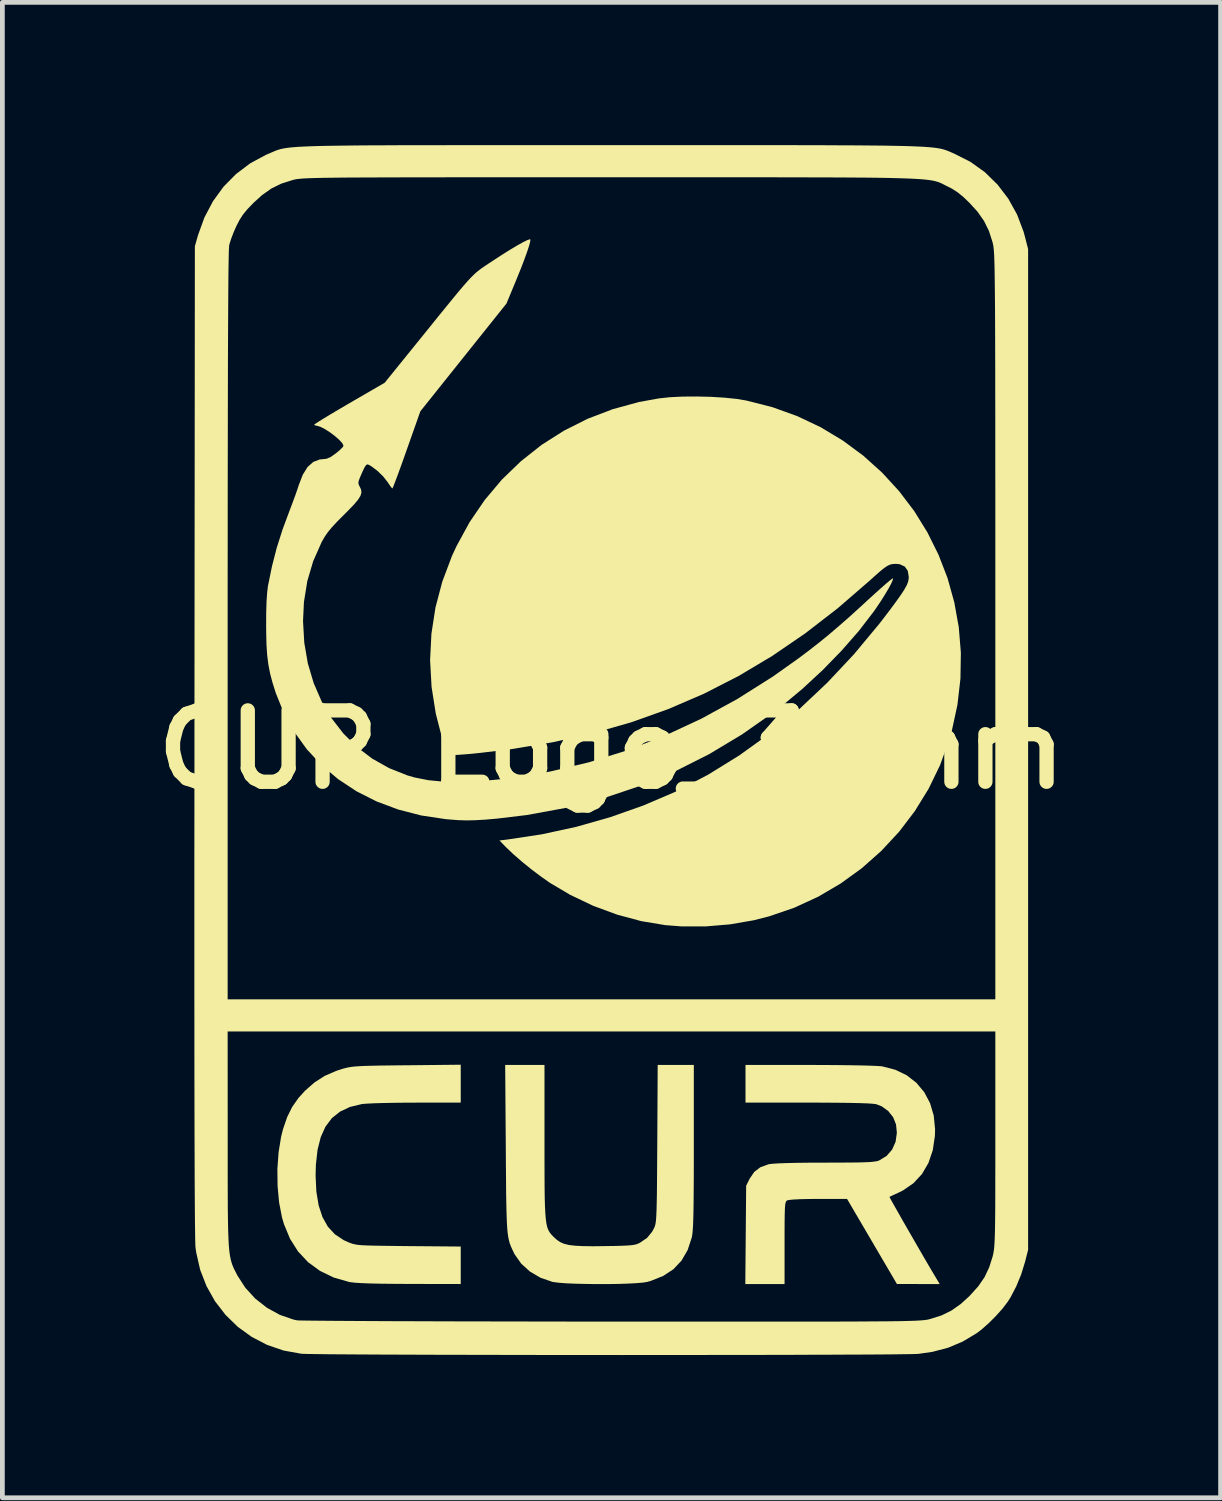
<source format=kicad_pcb>
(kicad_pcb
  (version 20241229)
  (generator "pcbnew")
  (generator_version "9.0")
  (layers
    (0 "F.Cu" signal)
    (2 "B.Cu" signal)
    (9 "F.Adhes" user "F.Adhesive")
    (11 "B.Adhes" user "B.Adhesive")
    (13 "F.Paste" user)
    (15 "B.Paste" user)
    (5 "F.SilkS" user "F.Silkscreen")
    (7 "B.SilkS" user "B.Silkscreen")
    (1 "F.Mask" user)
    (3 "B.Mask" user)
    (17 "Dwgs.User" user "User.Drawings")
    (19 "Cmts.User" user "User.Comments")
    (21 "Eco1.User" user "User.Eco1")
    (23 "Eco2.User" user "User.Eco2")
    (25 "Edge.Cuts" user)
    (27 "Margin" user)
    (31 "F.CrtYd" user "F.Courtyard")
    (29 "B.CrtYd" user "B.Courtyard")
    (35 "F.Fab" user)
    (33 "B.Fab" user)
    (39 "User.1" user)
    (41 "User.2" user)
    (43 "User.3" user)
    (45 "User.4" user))
  (footprint "CUR_Logo_30mm"
    (layer "F.Cu")
    (at 9.8 12.7)
    (property "Reference" "CUR_Logo_30mm" (at 0 0 0) (layer "F.SilkS") (effects (font (size 1.5 1.5) (thickness 0.3))))
    (attr board_only exclude_from_pos_files exclude_from_bom)
    (fp_poly (pts (xy -3.168 7.022) (xy -3.168 7.421) (xy -4.114 7.421) (xy -4.353 7.422) (xy -4.583 7.425) (xy -4.794 7.429) (xy -4.977 7.434) (xy -5.122 7.441) (xy -5.222 7.448) (xy -5.25 7.452) (xy -5.497 7.512) (xy -5.705 7.61) (xy -5.876 7.747) (xy -6.01 7.925) (xy -6.11 8.146) (xy -6.177 8.413) (xy -6.212 8.726) (xy -6.218 8.952) (xy -6.202 9.29) (xy -6.154 9.58) (xy -6.074 9.825) (xy -5.961 10.027) (xy -5.812 10.188) (xy -5.627 10.311) (xy -5.527 10.356) (xy -5.481 10.374) (xy -5.436 10.389) (xy -5.386 10.4) (xy -5.325 10.41) (xy -5.246 10.417) (xy -5.143 10.422) (xy -5.01 10.426) (xy -4.839 10.429) (xy -4.625 10.432) (xy -4.361 10.435) (xy -4.26 10.436) (xy -3.168 10.445) (xy -3.168 10.839) (xy -3.168 11.233) (xy -4.246 11.231) (xy -4.574 11.229) (xy -4.848 11.226) (xy -5.071 11.221) (xy -5.249 11.214) (xy -5.383 11.206) (xy -5.48 11.195) (xy -5.514 11.189) (xy -5.839 11.096) (xy -6.126 10.957) (xy -6.376 10.774) (xy -6.586 10.549) (xy -6.756 10.281) (xy -6.883 9.973) (xy -6.924 9.834) (xy -6.985 9.518) (xy -7.017 9.173) (xy -7.021 8.816) (xy -6.996 8.466) (xy -6.943 8.139) (xy -6.903 7.98) (xy -6.816 7.726) (xy -6.711 7.513) (xy -6.578 7.323) (xy -6.439 7.17) (xy -6.239 6.995) (xy -6.027 6.859) (xy -5.785 6.754) (xy -5.661 6.713) (xy -5.602 6.697) (xy -5.544 6.683) (xy -5.482 6.672) (xy -5.408 6.663) (xy -5.315 6.656) (xy -5.197 6.65) (xy -5.048 6.646) (xy -4.861 6.642) (xy -4.629 6.639) (xy -4.346 6.636) (xy -4.304 6.636) (xy -3.168 6.624)) (stroke (width 0) (type solid)) (fill yes) (layer "F.SilkS"))
    (fp_poly (pts (xy -1.408 8.236) (xy -1.408 8.608) (xy -1.407 8.925) (xy -1.406 9.193) (xy -1.403 9.417) (xy -1.398 9.601) (xy -1.39 9.75) (xy -1.38 9.87) (xy -1.367 9.964) (xy -1.35 10.038) (xy -1.328 10.096) (xy -1.302 10.143) (xy -1.271 10.184) (xy -1.234 10.224) (xy -1.212 10.246) (xy -1.146 10.306) (xy -1.076 10.353) (xy -0.994 10.388) (xy -0.892 10.413) (xy -0.763 10.428) (xy -0.598 10.436) (xy -0.39 10.439) (xy -0.154 10.436) (xy 0.058 10.433) (xy 0.22 10.429) (xy 0.341 10.423) (xy 0.429 10.416) (xy 0.494 10.405) (xy 0.543 10.391) (xy 0.586 10.372) (xy 0.601 10.364) (xy 0.748 10.263) (xy 0.854 10.134) (xy 0.901 10.045) (xy 0.912 10.016) (xy 0.922 9.981) (xy 0.93 9.934) (xy 0.937 9.872) (xy 0.942 9.788) (xy 0.947 9.679) (xy 0.95 9.539) (xy 0.954 9.364) (xy 0.956 9.148) (xy 0.958 8.888) (xy 0.96 8.577) (xy 0.962 8.278) (xy 0.971 6.629) (xy 1.351 6.629) (xy 1.73 6.629) (xy 1.73 8.352) (xy 1.73 8.728) (xy 1.729 9.05) (xy 1.727 9.323) (xy 1.725 9.551) (xy 1.722 9.739) (xy 1.718 9.891) (xy 1.713 10.012) (xy 1.707 10.107) (xy 1.7 10.18) (xy 1.691 10.236) (xy 1.686 10.259) (xy 1.6 10.52) (xy 1.472 10.74) (xy 1.302 10.921) (xy 1.088 11.062) (xy 0.829 11.166) (xy 0.749 11.189) (xy 0.658 11.203) (xy 0.518 11.215) (xy 0.341 11.224) (xy 0.135 11.231) (xy -0.088 11.234) (xy -0.318 11.234) (xy -0.545 11.231) (xy -0.759 11.226) (xy -0.949 11.218) (xy -1.105 11.206) (xy -1.217 11.192) (xy -1.243 11.187) (xy -1.492 11.101) (xy -1.712 10.972) (xy -1.895 10.807) (xy -2.034 10.611) (xy -2.054 10.571) (xy -2.085 10.506) (xy -2.112 10.446) (xy -2.135 10.387) (xy -2.153 10.323) (xy -2.169 10.249) (xy -2.182 10.16) (xy -2.192 10.052) (xy -2.199 9.919) (xy -2.205 9.757) (xy -2.21 9.56) (xy -2.214 9.324) (xy -2.216 9.043) (xy -2.219 8.713) (xy -2.221 8.381) (xy -2.234 6.629) (xy -1.821 6.629) (xy -1.408 6.629)) (stroke (width 0) (type solid)) (fill yes) (layer "F.SilkS"))
    (fp_poly (pts (xy 4.158 6.629) (xy 4.464 6.63) (xy 4.75 6.632) (xy 5.01 6.635) (xy 5.238 6.639) (xy 5.427 6.644) (xy 5.572 6.65) (xy 5.667 6.656) (xy 5.69 6.659) (xy 5.964 6.73) (xy 6.204 6.846) (xy 6.408 7.005) (xy 6.573 7.202) (xy 6.695 7.433) (xy 6.772 7.694) (xy 6.8 7.982) (xy 6.796 8.122) (xy 6.751 8.423) (xy 6.66 8.69) (xy 6.525 8.921) (xy 6.346 9.114) (xy 6.124 9.267) (xy 6.025 9.316) (xy 5.935 9.357) (xy 5.869 9.388) (xy 5.842 9.402) (xy 5.854 9.427) (xy 5.892 9.497) (xy 5.952 9.603) (xy 6.029 9.739) (xy 6.119 9.898) (xy 6.219 10.072) (xy 6.325 10.256) (xy 6.432 10.442) (xy 6.537 10.623) (xy 6.635 10.792) (xy 6.723 10.942) (xy 6.797 11.066) (xy 6.84 11.138) (xy 6.897 11.233) (xy 6.448 11.233) (xy 5.998 11.232) (xy 5.474 10.338) (xy 4.95 9.444) (xy 4.35 9.444) (xy 4.143 9.446) (xy 3.966 9.45) (xy 3.827 9.457) (xy 3.733 9.466) (xy 3.694 9.475) (xy 3.677 9.486) (xy 3.665 9.505) (xy 3.655 9.537) (xy 3.648 9.59) (xy 3.643 9.669) (xy 3.64 9.782) (xy 3.638 9.934) (xy 3.637 10.132) (xy 3.637 10.369) (xy 3.637 11.233) (xy 3.224 11.233) (xy 2.812 11.233) (xy 2.821 10.2) (xy 2.83 9.166) (xy 2.904 9.019) (xy 2.999 8.878) (xy 3.126 8.78) (xy 3.295 8.718) (xy 3.317 8.713) (xy 3.388 8.705) (xy 3.513 8.697) (xy 3.686 8.691) (xy 3.9 8.686) (xy 4.152 8.683) (xy 4.434 8.682) (xy 4.49 8.682) (xy 4.772 8.681) (xy 5.001 8.68) (xy 5.184 8.678) (xy 5.326 8.674) (xy 5.435 8.669) (xy 5.514 8.661) (xy 5.572 8.652) (xy 5.614 8.641) (xy 5.625 8.636) (xy 5.78 8.542) (xy 5.897 8.408) (xy 5.97 8.244) (xy 5.997 8.056) (xy 5.979 7.878) (xy 5.919 7.728) (xy 5.814 7.596) (xy 5.677 7.498) (xy 5.564 7.454) (xy 5.498 7.445) (xy 5.38 7.437) (xy 5.21 7.431) (xy 4.986 7.426) (xy 4.707 7.423) (xy 4.372 7.421) (xy 4.123 7.421) (xy 2.816 7.421) (xy 2.816 7.025) (xy 2.816 6.629)) (stroke (width 0) (type solid)) (fill yes) (layer "F.SilkS"))
    (fp_poly (pts (xy 2.091 -7.411) (xy 2.378 -7.393) (xy 2.638 -7.366) (xy 2.829 -7.334) (xy 3.381 -7.194) (xy 3.905 -7.005) (xy 4.4 -6.77) (xy 4.863 -6.491) (xy 5.293 -6.173) (xy 5.687 -5.818) (xy 6.044 -5.429) (xy 6.362 -5.01) (xy 6.638 -4.564) (xy 6.872 -4.093) (xy 7.062 -3.602) (xy 7.204 -3.092) (xy 7.298 -2.569) (xy 7.342 -2.033) (xy 7.333 -1.489) (xy 7.27 -0.94) (xy 7.151 -0.389) (xy 7.094 -0.191) (xy 6.904 0.331) (xy 6.663 0.827) (xy 6.375 1.294) (xy 6.043 1.73) (xy 5.67 2.131) (xy 5.26 2.495) (xy 4.815 2.817) (xy 4.341 3.095) (xy 3.839 3.326) (xy 3.314 3.506) (xy 2.988 3.589) (xy 2.49 3.675) (xy 1.976 3.718) (xy 1.466 3.717) (xy 1.129 3.691) (xy 0.625 3.607) (xy 0.117 3.47) (xy -0.384 3.285) (xy -0.867 3.055) (xy -1.291 2.804) (xy -1.478 2.673) (xy -1.68 2.521) (xy -1.879 2.36) (xy -2.062 2.201) (xy -2.211 2.059) (xy -2.225 2.045) (xy -2.354 1.912) (xy -2.181 1.891) (xy -1.462 1.782) (xy -0.739 1.625) (xy -0.026 1.422) (xy 0.666 1.178) (xy 1.323 0.897) (xy 1.364 0.878) (xy 2.034 0.527) (xy 2.689 0.122) (xy 3.325 -0.336) (xy 3.941 -0.844) (xy 4.532 -1.401) (xy 5.097 -2.003) (xy 5.633 -2.648) (xy 5.717 -2.757) (xy 5.873 -2.962) (xy 5.995 -3.128) (xy 6.089 -3.261) (xy 6.157 -3.366) (xy 6.203 -3.45) (xy 6.231 -3.518) (xy 6.244 -3.578) (xy 6.247 -3.625) (xy 6.226 -3.756) (xy 6.162 -3.845) (xy 6.058 -3.893) (xy 5.977 -3.901) (xy 5.915 -3.898) (xy 5.86 -3.887) (xy 5.802 -3.861) (xy 5.734 -3.816) (xy 5.646 -3.745) (xy 5.531 -3.644) (xy 5.426 -3.549) (xy 4.753 -2.967) (xy 4.071 -2.44) (xy 3.378 -1.966) (xy 2.67 -1.544) (xy 1.943 -1.172) (xy 1.193 -0.849) (xy 0.416 -0.572) (xy -0.39 -0.341) (xy -1.23 -0.153) (xy -2.108 -0.007) (xy -2.764 0.072) (xy -2.928 0.089) (xy -3.083 0.102) (xy -3.213 0.112) (xy -3.305 0.117) (xy -3.323 0.117) (xy -3.451 0.117) (xy -3.545 -0.183) (xy -3.692 -0.751) (xy -3.781 -1.316) (xy -3.812 -1.877) (xy -3.784 -2.433) (xy -3.699 -2.984) (xy -3.556 -3.526) (xy -3.355 -4.06) (xy -3.257 -4.273) (xy -2.982 -4.777) (xy -2.663 -5.244) (xy -2.303 -5.672) (xy -1.903 -6.058) (xy -1.468 -6.402) (xy -1 -6.699) (xy -0.501 -6.95) (xy 0.025 -7.151) (xy 0.576 -7.302) (xy 0.996 -7.378) (xy 1.229 -7.403) (xy 1.499 -7.416) (xy 1.792 -7.418)) (stroke (width 0) (type solid)) (fill yes) (layer "F.SilkS"))
    (fp_poly (pts (xy -1.706 -10.721) (xy -1.706 -10.683) (xy -1.728 -10.597) (xy -1.769 -10.47) (xy -1.828 -10.306) (xy -1.902 -10.112) (xy -1.991 -9.893) (xy -2 -9.87) (xy -2.207 -9.371) (xy -3.112 -8.239) (xy -4.017 -7.106) (xy -4.303 -6.296) (xy -4.376 -6.09) (xy -4.443 -5.904) (xy -4.502 -5.743) (xy -4.55 -5.616) (xy -4.584 -5.528) (xy -4.602 -5.487) (xy -4.604 -5.485) (xy -4.627 -5.507) (xy -4.669 -5.566) (xy -4.703 -5.617) (xy -4.797 -5.737) (xy -4.919 -5.856) (xy -5.047 -5.952) (xy -5.093 -5.979) (xy -5.126 -5.991) (xy -5.154 -5.981) (xy -5.183 -5.939) (xy -5.224 -5.857) (xy -5.246 -5.808) (xy -5.291 -5.703) (xy -5.315 -5.636) (xy -5.318 -5.589) (xy -5.304 -5.548) (xy -5.289 -5.521) (xy -5.261 -5.459) (xy -5.255 -5.398) (xy -5.275 -5.331) (xy -5.324 -5.252) (xy -5.407 -5.152) (xy -5.528 -5.026) (xy -5.627 -4.927) (xy -5.769 -4.784) (xy -5.877 -4.668) (xy -5.959 -4.569) (xy -6.025 -4.473) (xy -6.084 -4.371) (xy -6.092 -4.356) (xy -6.269 -3.956) (xy -6.392 -3.539) (xy -6.463 -3.099) (xy -6.482 -2.698) (xy -6.456 -2.244) (xy -6.381 -1.809) (xy -6.259 -1.397) (xy -6.092 -1.012) (xy -5.883 -0.657) (xy -5.634 -0.336) (xy -5.348 -0.051) (xy -5.028 0.192) (xy -4.675 0.391) (xy -4.293 0.543) (xy -4.138 0.588) (xy -3.85 0.645) (xy -3.521 0.677) (xy -3.148 0.683) (xy -2.729 0.663) (xy -2.261 0.618) (xy -2.114 0.6) (xy -1.294 0.464) (xy -0.482 0.271) (xy 0.32 0.021) (xy 1.109 -0.285) (xy 1.886 -0.646) (xy 2.646 -1.062) (xy 3.39 -1.532) (xy 3.93 -1.915) (xy 4.158 -2.087) (xy 4.369 -2.252) (xy 4.573 -2.418) (xy 4.781 -2.596) (xy 5.005 -2.792) (xy 5.253 -3.018) (xy 5.391 -3.145) (xy 5.535 -3.276) (xy 5.664 -3.392) (xy 5.772 -3.487) (xy 5.854 -3.555) (xy 5.904 -3.593) (xy 5.915 -3.597) (xy 5.911 -3.563) (xy 5.879 -3.489) (xy 5.823 -3.384) (xy 5.748 -3.258) (xy 5.661 -3.119) (xy 5.564 -2.975) (xy 5.515 -2.904) (xy 5.2 -2.494) (xy 4.838 -2.08) (xy 4.44 -1.671) (xy 4.015 -1.277) (xy 3.573 -0.909) (xy 3.414 -0.787) (xy 2.745 -0.318) (xy 2.052 0.098) (xy 1.333 0.461) (xy 0.59 0.77) (xy -0.176 1.026) (xy -0.965 1.228) (xy -1.777 1.377) (xy -2.4 1.452) (xy -2.649 1.474) (xy -2.857 1.486) (xy -3.042 1.49) (xy -3.221 1.485) (xy -3.412 1.47) (xy -3.49 1.463) (xy -4.001 1.386) (xy -4.484 1.261) (xy -4.938 1.091) (xy -5.359 0.878) (xy -5.745 0.623) (xy -6.094 0.328) (xy -6.402 -0.004) (xy -6.668 -0.373) (xy -6.889 -0.775) (xy -7.055 -1.188) (xy -7.122 -1.4) (xy -7.173 -1.592) (xy -7.21 -1.78) (xy -7.235 -1.976) (xy -7.25 -2.196) (xy -7.256 -2.453) (xy -7.257 -2.596) (xy -7.256 -2.874) (xy -7.249 -3.109) (xy -7.236 -3.297) (xy -7.22 -3.432) (xy -7.22 -3.432) (xy -7.135 -3.848) (xy -7.034 -4.241) (xy -6.909 -4.633) (xy -6.761 -5.03) (xy -6.703 -5.183) (xy -6.645 -5.34) (xy -6.596 -5.481) (xy -6.571 -5.558) (xy -6.487 -5.775) (xy -6.386 -5.937) (xy -6.267 -6.043) (xy -6.131 -6.095) (xy -6.062 -6.101) (xy -5.983 -6.111) (xy -5.902 -6.146) (xy -5.802 -6.216) (xy -5.791 -6.225) (xy -5.711 -6.291) (xy -5.654 -6.347) (xy -5.631 -6.38) (xy -5.631 -6.38) (xy -5.655 -6.434) (xy -5.719 -6.505) (xy -5.81 -6.585) (xy -5.915 -6.664) (xy -6.023 -6.733) (xy -6.121 -6.783) (xy -6.196 -6.804) (xy -6.202 -6.805) (xy -6.242 -6.816) (xy -6.246 -6.827) (xy -6.222 -6.846) (xy -6.153 -6.891) (xy -6.045 -6.958) (xy -5.906 -7.042) (xy -5.741 -7.14) (xy -5.557 -7.248) (xy -5.506 -7.278) (xy -4.766 -7.707) (xy -4.081 -8.554) (xy -3.848 -8.842) (xy -3.649 -9.089) (xy -3.479 -9.298) (xy -3.336 -9.473) (xy -3.216 -9.619) (xy -3.115 -9.738) (xy -3.03 -9.835) (xy -2.957 -9.914) (xy -2.893 -9.978) (xy -2.834 -10.032) (xy -2.776 -10.078) (xy -2.716 -10.122) (xy -2.65 -10.167) (xy -2.576 -10.216) (xy -2.489 -10.273) (xy -2.309 -10.391) (xy -2.14 -10.497) (xy -1.99 -10.587) (xy -1.865 -10.657) (xy -1.772 -10.703) (xy -1.717 -10.722)) (stroke (width 0) (type solid)) (fill yes) (layer "F.SilkS"))
    (fp_poly (pts (xy 2.643 -12.7) (xy 3.175 -12.7) (xy 3.66 -12.7) (xy 4.1 -12.699) (xy 4.498 -12.698) (xy 4.857 -12.696) (xy 5.177 -12.695) (xy 5.463 -12.692) (xy 5.715 -12.69) (xy 5.937 -12.686) (xy 6.131 -12.682) (xy 6.3 -12.677) (xy 6.444 -12.671) (xy 6.568 -12.665) (xy 6.673 -12.657) (xy 6.761 -12.649) (xy 6.835 -12.639) (xy 6.898 -12.629) (xy 6.951 -12.617) (xy 6.998 -12.604) (xy 7.039 -12.59) (xy 7.078 -12.575) (xy 7.118 -12.558) (xy 7.159 -12.54) (xy 7.205 -12.52) (xy 7.207 -12.519) (xy 7.543 -12.349) (xy 7.846 -12.132) (xy 8.112 -11.872) (xy 8.339 -11.574) (xy 8.523 -11.242) (xy 8.66 -10.88) (xy 8.689 -10.773) (xy 8.755 -10.515) (xy 8.755 0) (xy 8.755 10.515) (xy 8.689 10.773) (xy 8.61 11.029) (xy 8.506 11.282) (xy 8.387 11.51) (xy 8.327 11.605) (xy 8.218 11.748) (xy 8.079 11.904) (xy 7.927 12.056) (xy 7.777 12.188) (xy 7.675 12.266) (xy 7.379 12.443) (xy 7.073 12.572) (xy 6.744 12.658) (xy 6.453 12.7) (xy 6.394 12.703) (xy 6.28 12.706) (xy 6.115 12.708) (xy 5.901 12.711) (xy 5.641 12.713) (xy 5.34 12.715) (xy 5.001 12.716) (xy 4.626 12.718) (xy 4.219 12.719) (xy 3.784 12.721) (xy 3.324 12.722) (xy 2.843 12.723) (xy 2.343 12.723) (xy 1.827 12.724) (xy 1.301 12.724) (xy 0.766 12.724) (xy 0.226 12.725) (xy -0.316 12.724) (xy -0.856 12.724) (xy -1.391 12.724) (xy -1.917 12.723) (xy -2.432 12.722) (xy -2.932 12.721) (xy -3.413 12.72) (xy -3.872 12.719) (xy -4.306 12.717) (xy -4.711 12.716) (xy -5.085 12.714) (xy -5.423 12.712) (xy -5.723 12.71) (xy -5.981 12.708) (xy -6.193 12.705) (xy -6.357 12.703) (xy -6.469 12.7) (xy -6.525 12.697) (xy -6.893 12.63) (xy -7.239 12.511) (xy -7.56 12.344) (xy -7.852 12.133) (xy -8.11 11.882) (xy -8.331 11.596) (xy -8.51 11.278) (xy -8.644 10.933) (xy -8.728 10.563) (xy -8.742 10.463) (xy -8.745 10.41) (xy -8.748 10.308) (xy -8.75 10.156) (xy -8.753 9.953) (xy -8.755 9.7) (xy -8.757 9.396) (xy -8.759 9.039) (xy -8.76 8.631) (xy -8.762 8.169) (xy -8.763 7.655) (xy -8.764 7.086) (xy -8.765 6.463) (xy -8.765 5.925) (xy -8.066 5.925) (xy -8.065 8.19) (xy -8.065 8.627) (xy -8.065 9.01) (xy -8.064 9.342) (xy -8.063 9.629) (xy -8.06 9.873) (xy -8.056 10.081) (xy -8.05 10.255) (xy -8.043 10.4) (xy -8.033 10.521) (xy -8.02 10.621) (xy -8.004 10.705) (xy -7.985 10.778) (xy -7.963 10.842) (xy -7.937 10.904) (xy -7.906 10.966) (xy -7.872 11.033) (xy -7.86 11.056) (xy -7.694 11.312) (xy -7.485 11.54) (xy -7.24 11.732) (xy -6.969 11.881) (xy -6.681 11.98) (xy -6.614 11.995) (xy -6.574 11.998) (xy -6.478 12) (xy -6.328 12.002) (xy -6.129 12.004) (xy -5.881 12.006) (xy -5.588 12.008) (xy -5.253 12.01) (xy -4.878 12.012) (xy -4.466 12.014) (xy -4.019 12.015) (xy -3.542 12.017) (xy -3.035 12.018) (xy -2.502 12.019) (xy -1.945 12.02) (xy -1.368 12.021) (xy -0.772 12.022) (xy -0.162 12.022) (xy -0.012 12.022) (xy 0.715 12.023) (xy 1.385 12.023) (xy 2.002 12.023) (xy 2.567 12.023) (xy 3.083 12.023) (xy 3.551 12.023) (xy 3.976 12.023) (xy 4.358 12.022) (xy 4.701 12.022) (xy 5.005 12.021) (xy 5.275 12.02) (xy 5.513 12.018) (xy 5.719 12.017) (xy 5.898 12.015) (xy 6.051 12.013) (xy 6.181 12.01) (xy 6.29 12.007) (xy 6.381 12.004) (xy 6.455 12) (xy 6.515 11.996) (xy 6.564 11.992) (xy 6.604 11.987) (xy 6.637 11.982) (xy 6.665 11.976) (xy 6.692 11.969) (xy 6.699 11.967) (xy 6.937 11.892) (xy 7.144 11.79) (xy 7.34 11.652) (xy 7.524 11.484) (xy 7.704 11.285) (xy 7.839 11.09) (xy 7.938 10.88) (xy 8.008 10.659) (xy 8.019 10.615) (xy 8.028 10.569) (xy 8.036 10.518) (xy 8.043 10.457) (xy 8.048 10.381) (xy 8.053 10.287) (xy 8.057 10.171) (xy 8.06 10.027) (xy 8.062 9.853) (xy 8.064 9.642) (xy 8.065 9.392) (xy 8.065 9.098) (xy 8.066 8.755) (xy 8.066 8.36) (xy 8.066 8.178) (xy 8.066 5.925) (xy 0 5.925) (xy -8.066 5.925) (xy -8.765 5.925) (xy -8.765 5.785) (xy -8.766 5.052) (xy -8.766 4.263) (xy -8.766 3.418) (xy -8.766 2.516) (xy -8.765 1.556) (xy -8.764 0.539) (xy -8.764 -0.191) (xy -8.762 -2.594) (xy -8.066 -2.594) (xy -8.066 5.25) (xy 0 5.25) (xy 8.066 5.25) (xy 8.066 -2.591) (xy 8.066 -3.393) (xy 8.066 -4.138) (xy 8.066 -4.83) (xy 8.066 -5.468) (xy 8.065 -6.057) (xy 8.065 -6.598) (xy 8.065 -7.092) (xy 8.064 -7.543) (xy 8.064 -7.953) (xy 8.063 -8.323) (xy 8.062 -8.655) (xy 8.061 -8.953) (xy 8.06 -9.217) (xy 8.058 -9.451) (xy 8.056 -9.655) (xy 8.054 -9.833) (xy 8.052 -9.986) (xy 8.05 -10.117) (xy 8.047 -10.228) (xy 8.044 -10.32) (xy 8.041 -10.397) (xy 8.037 -10.459) (xy 8.033 -10.51) (xy 8.028 -10.551) (xy 8.024 -10.585) (xy 8.018 -10.613) (xy 8.013 -10.638) (xy 8.008 -10.659) (xy 7.932 -10.896) (xy 7.83 -11.104) (xy 7.692 -11.301) (xy 7.524 -11.486) (xy 7.389 -11.615) (xy 7.27 -11.711) (xy 7.151 -11.787) (xy 7.063 -11.832) (xy 7.02 -11.853) (xy 6.982 -11.873) (xy 6.946 -11.891) (xy 6.91 -11.907) (xy 6.872 -11.923) (xy 6.829 -11.936) (xy 6.779 -11.949) (xy 6.719 -11.96) (xy 6.648 -11.97) (xy 6.563 -11.979) (xy 6.461 -11.987) (xy 6.341 -11.994) (xy 6.199 -12) (xy 6.034 -12.005) (xy 5.843 -12.01) (xy 5.624 -12.014) (xy 5.374 -12.017) (xy 5.091 -12.019) (xy 4.773 -12.021) (xy 4.417 -12.022) (xy 4.022 -12.023) (xy 3.584 -12.024) (xy 3.101 -12.025) (xy 2.571 -12.025) (xy 1.992 -12.025) (xy 1.361 -12.025) (xy 0.676 -12.025) (xy -0.017 -12.025) (xy -0.742 -12.025) (xy -1.411 -12.025) (xy -2.026 -12.025) (xy -2.589 -12.025) (xy -3.104 -12.025) (xy -3.571 -12.024) (xy -3.994 -12.024) (xy -4.374 -12.023) (xy -4.715 -12.022) (xy -5.019 -12.021) (xy -5.287 -12.02) (xy -5.523 -12.019) (xy -5.729 -12.017) (xy -5.907 -12.015) (xy -6.059 -12.013) (xy -6.188 -12.01) (xy -6.296 -12.007) (xy -6.385 -12.004) (xy -6.459 -12) (xy -6.519 -11.996) (xy -6.567 -11.991) (xy -6.606 -11.987) (xy -6.639 -11.981) (xy -6.667 -11.975) (xy -6.694 -11.969) (xy -6.699 -11.967) (xy -6.936 -11.892) (xy -7.145 -11.79) (xy -7.341 -11.652) (xy -7.526 -11.484) (xy -7.649 -11.356) (xy -7.74 -11.246) (xy -7.813 -11.134) (xy -7.882 -11.001) (xy -7.883 -10.999) (xy -7.941 -10.867) (xy -7.992 -10.734) (xy -8.027 -10.623) (xy -8.034 -10.594) (xy -8.037 -10.555) (xy -8.041 -10.475) (xy -8.044 -10.351) (xy -8.047 -10.184) (xy -8.05 -9.972) (xy -8.052 -9.714) (xy -8.054 -9.409) (xy -8.056 -9.057) (xy -8.058 -8.655) (xy -8.06 -8.205) (xy -8.061 -7.703) (xy -8.062 -7.15) (xy -8.063 -6.544) (xy -8.064 -5.884) (xy -8.065 -5.17) (xy -8.065 -4.4) (xy -8.066 -3.574) (xy -8.066 -2.69) (xy -8.066 -2.594) (xy -8.762 -2.594) (xy -8.755 -10.574) (xy -8.689 -10.808) (xy -8.555 -11.179) (xy -8.375 -11.52) (xy -8.153 -11.826) (xy -7.89 -12.093) (xy -7.592 -12.318) (xy -7.262 -12.496) (xy -7.207 -12.519) (xy -7.161 -12.539) (xy -7.119 -12.557) (xy -7.08 -12.574) (xy -7.04 -12.59) (xy -6.999 -12.604) (xy -6.953 -12.617) (xy -6.9 -12.629) (xy -6.838 -12.639) (xy -6.764 -12.649) (xy -6.676 -12.657) (xy -6.572 -12.665) (xy -6.449 -12.671) (xy -6.305 -12.677) (xy -6.137 -12.682) (xy -5.944 -12.686) (xy -5.723 -12.689) (xy -5.471 -12.692) (xy -5.187 -12.695) (xy -4.868 -12.696) (xy -4.511 -12.698) (xy -4.114 -12.699) (xy -3.675 -12.699) (xy -3.192 -12.7) (xy -2.662 -12.7) (xy -2.082 -12.7) (xy -1.451 -12.7) (xy -0.766 -12.7) (xy -0.025 -12.7) (xy 0 -12.7) (xy 0.743 -12.7) (xy 1.43 -12.7) (xy 2.062 -12.7)) (stroke (width 0) (type solid)) (fill yes) (layer "F.SilkS")))
  (gr_rect
    (start -3 -3)
    (end 22.6 28.425)
    (stroke (width 0.1) (type default))
    (fill no)
    (layer "Edge.Cuts")))
</source>
